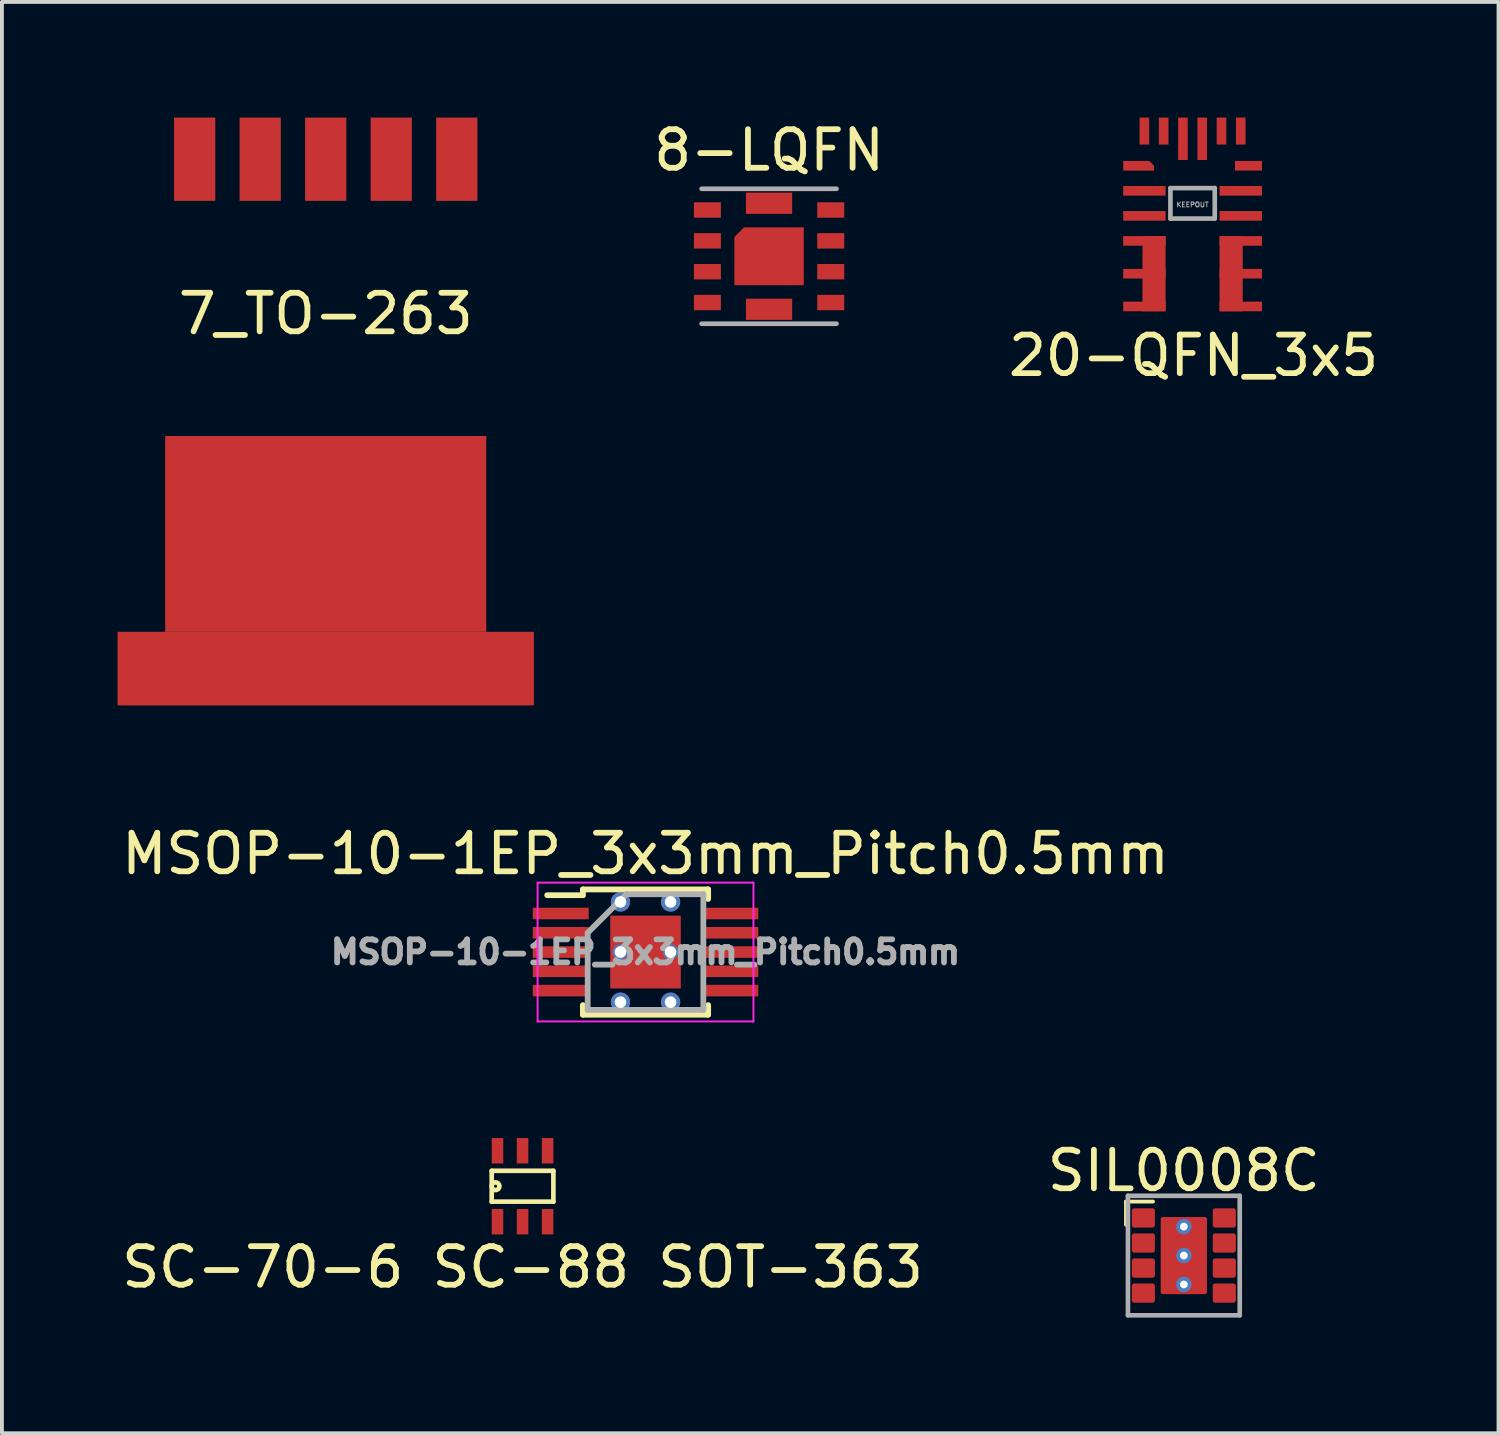
<source format=kicad_pcb>
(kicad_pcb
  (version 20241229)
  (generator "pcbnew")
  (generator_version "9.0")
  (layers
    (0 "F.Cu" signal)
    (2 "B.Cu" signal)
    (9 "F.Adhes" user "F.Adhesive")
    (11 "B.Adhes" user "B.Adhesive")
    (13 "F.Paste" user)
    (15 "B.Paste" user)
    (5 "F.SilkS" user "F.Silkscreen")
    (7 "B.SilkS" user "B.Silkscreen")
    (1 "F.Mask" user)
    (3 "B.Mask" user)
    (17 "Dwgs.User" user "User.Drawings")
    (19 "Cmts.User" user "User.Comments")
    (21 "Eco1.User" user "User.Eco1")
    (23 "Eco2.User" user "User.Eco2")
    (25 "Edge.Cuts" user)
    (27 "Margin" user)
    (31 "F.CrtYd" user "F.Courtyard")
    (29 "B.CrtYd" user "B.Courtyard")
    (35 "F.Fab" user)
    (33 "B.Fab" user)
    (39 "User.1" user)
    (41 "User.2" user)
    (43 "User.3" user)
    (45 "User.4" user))
  (footprint "8-LQFN"
    (layer "F.Cu")
    (at 16.901 3.598)
    (property "Reference" "8-LQFN" (at 0 -2.75 0) (layer "F.SilkS") (effects (font (size 1 1) (thickness 0.15))))
    (attr smd)
    (fp_poly (pts (xy -0.15 -1.1) (xy -0.6 -1.1) (xy -0.6 -1.65) (xy -0.15 -1.65)) (stroke (width 0) (type solid)) (fill yes) (layer "F.Paste"))
    (fp_poly (pts (xy -0.15 0.75) (xy -0.9 0.75) (xy -0.9 0.15) (xy -0.15 0.15)) (stroke (width 0) (type solid)) (fill yes) (layer "F.Paste"))
    (fp_poly (pts (xy -0.15 1.65) (xy -0.6 1.65) (xy -0.6 1.1) (xy -0.15 1.1)) (stroke (width 0) (type solid)) (fill yes) (layer "F.Paste"))
    (fp_poly (pts (xy 0.6 -1.1) (xy 0.15 -1.1) (xy 0.15 -1.65) (xy 0.6 -1.65)) (stroke (width 0) (type solid)) (fill yes) (layer "F.Paste"))
    (fp_poly (pts (xy 0.6 1.65) (xy 0.15 1.65) (xy 0.15 1.1) (xy 0.6 1.1)) (stroke (width 0) (type solid)) (fill yes) (layer "F.Paste"))
    (fp_poly (pts (xy 0.9 -0.15) (xy 0.15 -0.15) (xy 0.15 -0.75) (xy 0.9 -0.75)) (stroke (width 0) (type solid)) (fill yes) (layer "F.Paste"))
    (fp_poly (pts (xy 0.9 0.75) (xy 0.15 0.75) (xy 0.15 0.15) (xy 0.9 0.15)) (stroke (width 0) (type solid)) (fill yes) (layer "F.Paste"))
    (fp_poly (pts (xy -0.15 -0.15) (xy -0.9 -0.15) (xy -0.9 -0.5) (xy -0.65 -0.75) (xy -0.15 -0.75)) (stroke (width 0) (type solid)) (fill yes) (layer "F.Paste"))
    (fp_line (start -1.75 1.75) (end 1.75 1.75) (stroke (width 0.12) (type solid)) (layer "F.Fab"))
    (fp_line (start 1.75 -1.75) (end -1.75 -1.75) (stroke (width 0.12) (type solid)) (layer "F.Fab"))
    (pad "1" smd rect (at -1.6 -1.2) (size 0.7 0.4) (layers "F.Cu" "F.Mask" "F.Paste"))
    (pad "2" smd rect (at -1.6 -0.4) (size 0.7 0.4) (layers "F.Cu" "F.Mask" "F.Paste"))
    (pad "3" smd rect (at -1.6 0.4) (size 0.7 0.4) (layers "F.Cu" "F.Mask" "F.Paste"))
    (pad "4" smd rect (at -1.6 1.2) (size 0.7 0.4) (layers "F.Cu" "F.Mask" "F.Paste"))
    (pad "5" smd rect (at 1.6 1.2) (size 0.7 0.4) (layers "F.Cu" "F.Mask" "F.Paste"))
    (pad "6" smd rect (at 1.6 0.4) (size 0.7 0.4) (layers "F.Cu" "F.Mask" "F.Paste"))
    (pad "7" smd rect (at 1.6 -0.4) (size 0.7 0.4) (layers "F.Cu" "F.Mask" "F.Paste"))
    (pad "8" smd rect (at 1.6 -1.2) (size 0.7 0.4) (layers "F.Cu" "F.Mask" "F.Paste"))
    (pad "9" smd rect (at 0 1.375) (size 1.2 0.55) (layers "F.Cu" "F.Mask"))
    (pad "10" smd custom (at 0 0) (size 1 1) (layers "F.Cu" "F.Mask") (options (anchor rect)) (primitives (gr_poly (pts (xy 0.9 -0.75) (xy 0.9 0.75) (xy -0.9 0.75) (xy -0.9 -0.5) (xy -0.65 -0.75)) (width 0) (fill yes))))
    (pad "11" smd rect (at 0 -1.375) (size 1.2 0.55) (layers "F.Cu" "F.Mask")))
  (footprint "7_TO-263"
    (layer "F.Cu")
    (at 5.9 8.625)
    (property "Reference" "7_TO-263" (at -0.5 -3.535 180) (layer "F.SilkS") (effects (font (size 1 1) (thickness 0.15))))
    (attr smd)
    (pad "1" smd rect (at 2.9 -7.545 90) (size 2.16 1.07) (layers "F.Cu" "F.Mask" "F.Paste"))
    (pad "2" smd rect (at 1.2 -7.545 90) (size 2.16 1.07) (layers "F.Cu" "F.Mask" "F.Paste"))
    (pad "3" smd rect (at -0.5 -7.545 90) (size 2.16 1.07) (layers "F.Cu" "F.Mask" "F.Paste"))
    (pad "3" smd rect (at -0.5 2.175 90) (size 5.08 8.33) (layers "F.Cu" "F.Mask" "F.Paste"))
    (pad "3" smd rect (at -0.5 5.67 90) (size 1.91 10.8) (layers "F.Cu" "F.Mask" "F.Paste"))
    (pad "4" smd rect (at -2.2 -7.545 90) (size 2.16 1.07) (layers "F.Cu" "F.Mask" "F.Paste"))
    (pad "5" smd rect (at -3.9 -7.545 90) (size 2.16 1.07) (layers "F.Cu" "F.Mask" "F.Paste")))
  (footprint "SIL0008C"
    (layer "F.Cu")
    (at 27.661 29.521)
    (property "Reference" "SIL0008C" (at 0 -2.2 0) (layer "F.SilkS") (effects (font (size 1 1) (thickness 0.15))))
    (attr smd)
    (fp_line (start -1.5 -1.4) (end -1.5 -0.8) (stroke (width 0.1) (type solid)) (layer "F.SilkS"))
    (fp_line (start -0.8 -1.4) (end -1.5 -1.4) (stroke (width 0.1) (type solid)) (layer "F.SilkS"))
    (fp_line (start -1.45 -1.55) (end -1.45 1.55) (stroke (width 0.12) (type solid)) (layer "F.Fab"))
    (fp_line (start -1.45 1.55) (end 1.45 1.55) (stroke (width 0.12) (type solid)) (layer "F.Fab"))
    (fp_line (start 1.45 -1.55) (end -1.45 -1.55) (stroke (width 0.12) (type solid)) (layer "F.Fab"))
    (fp_line (start 1.45 1.55) (end 1.45 -1.55) (stroke (width 0.12) (type solid)) (layer "F.Fab"))
    (pad "1" smd roundrect (at -1.05 -0.975) (size 0.6 0.5) (layers "F.Cu" "F.Mask" "F.Paste") (roundrect_rratio 0.125))
    (pad "2" smd roundrect (at -1.05 -0.325) (size 0.6 0.5) (layers "F.Cu" "F.Mask" "F.Paste") (roundrect_rratio 0.125))
    (pad "3" smd roundrect (at -1.05 0.325) (size 0.6 0.5) (layers "F.Cu" "F.Mask" "F.Paste") (roundrect_rratio 0.125))
    (pad "4" smd roundrect (at -1.05 0.975) (size 0.6 0.5) (layers "F.Cu" "F.Mask" "F.Paste") (roundrect_rratio 0.125))
    (pad "5" smd roundrect (at 1.05 0.975) (size 0.6 0.5) (layers "F.Cu" "F.Mask" "F.Paste") (roundrect_rratio 0.125))
    (pad "6" smd roundrect (at 1.05 0.325) (size 0.6 0.5) (layers "F.Cu" "F.Mask" "F.Paste") (roundrect_rratio 0.125))
    (pad "7" smd roundrect (at 1.05 -0.325) (size 0.6 0.5) (layers "F.Cu" "F.Mask" "F.Paste") (roundrect_rratio 0.125))
    (pad "8" smd roundrect (at 1.05 -0.975) (size 0.6 0.5) (layers "F.Cu" "F.Mask" "F.Paste") (roundrect_rratio 0.125))
    (pad "9" thru_hole circle (at 0 -0.75) (size 0.4 0.4) (drill 0.2) (layers "*.Cu" "B.Mask"))
    (pad "9" smd roundrect (at 0 -0.525) (size 1.14 0.95) (layers "F.Cu" "F.Paste") (roundrect_rratio 0.045))
    (pad "9" thru_hole circle (at 0 0) (size 0.4 0.4) (drill 0.2) (layers "*.Cu" "B.Mask"))
    (pad "9" smd roundrect (at 0 0) (size 1.2 2) (layers "F.Cu" "F.Mask") (roundrect_rratio 0.045))
    (pad "9" smd roundrect (at 0 0.525) (size 1.14 0.95) (layers "F.Cu" "F.Paste") (roundrect_rratio 0.045))
    (pad "9" thru_hole circle (at 0 0.75) (size 0.4 0.4) (drill 0.2) (layers "*.Cu" "B.Mask")))
  (footprint "20-QFN_3x5"
    (layer "F.Cu")
    (at 27.888 2.8)
    (property "Reference" "20-QFN_3x5" (at 0.025 3.375 0) (layer "F.SilkS") (effects (font (size 1 1) (thickness 0.15))))
    (attr smd)
    (fp_line (start -0.575 -0.97) (end -0.575 -0.18) (stroke (width 0.12) (type solid)) (layer "F.Fab"))
    (fp_line (start -0.575 -0.18) (end 0.575 -0.18) (stroke (width 0.12) (type solid)) (layer "F.Fab"))
    (fp_line (start 0.575 -0.97) (end -0.575 -0.97) (stroke (width 0.12) (type solid)) (layer "F.Fab"))
    (fp_line (start 0.575 -0.18) (end 0.575 -0.97) (stroke (width 0.12) (type solid)) (layer "F.Fab"))
    (fp_text user "KEEPOUT" (at 0 -0.54 0) (layer "F.Fab") (effects (font (size 0.125 0.125) (thickness 0.025))))
    (pad "1" smd custom (at -1.4 -1.55) (size 0.1 0.1) (layers "F.Cu" "F.Mask" "F.Paste") (options (anchor rect)) (primitives (gr_poly (pts (xy -0.4 0.125) (xy -0.4 -0.125) (xy 0.275 -0.125) (xy 0.4 0) (xy 0.4 0.125)) (width 0) (fill yes))))
    (pad "2" smd rect (at -1.25 -0.9) (size 1.1 0.25) (layers "F.Cu" "F.Mask" "F.Paste"))
    (pad "3" smd rect (at -1.25 -0.25) (size 1.1 0.25) (layers "F.Cu" "F.Mask" "F.Paste"))
    (pad "4" smd rect (at -1.25 0.4) (size 1.1 0.25) (layers "F.Cu" "F.Mask" "F.Paste"))
    (pad "5" smd rect (at -1.25 1.25) (size 1.1 0.25) (layers "F.Cu" "F.Mask" "F.Paste"))
    (pad "5" smd rect (at -1 1.25) (size 0.6 1.95) (layers "F.Cu" "F.Mask" "F.Paste"))
    (pad "6" smd rect (at -1.25 2.1) (size 1.1 0.25) (layers "F.Cu" "F.Mask" "F.Paste"))
    (pad "7" smd rect (at 1.25 2.1 180) (size 1.1 0.25) (layers "F.Cu" "F.Mask" "F.Paste"))
    (pad "8" smd rect (at 1 1.25) (size 0.6 1.95) (layers "F.Cu" "F.Mask" "F.Paste"))
    (pad "8" smd rect (at 1.25 1.25 180) (size 1.1 0.25) (layers "F.Cu" "F.Mask" "F.Paste"))
    (pad "9" smd rect (at 1.25 0.4 180) (size 1.1 0.25) (layers "F.Cu" "F.Mask" "F.Paste"))
    (pad "10" smd rect (at 1.25 -0.25 180) (size 1.1 0.25) (layers "F.Cu" "F.Mask" "F.Paste"))
    (pad "11" smd rect (at 1.25 -0.9 180) (size 1.1 0.25) (layers "F.Cu" "F.Mask" "F.Paste"))
    (pad "12" smd rect (at 1.45 -1.55 180) (size 0.7 0.25) (layers "F.Cu" "F.Mask" "F.Paste"))
    (pad "13" smd rect (at 1.25 -2.45 270) (size 0.7 0.25) (layers "F.Cu" "F.Mask" "F.Paste"))
    (pad "14" smd rect (at 0.75 -2.45 270) (size 0.7 0.25) (layers "F.Cu" "F.Mask" "F.Paste"))
    (pad "15" smd rect (at 0.25 -2.25 270) (size 1.1 0.25) (layers "F.Cu" "F.Mask" "F.Paste"))
    (pad "16" smd rect (at -0.25 -2.25 270) (size 1.1 0.25) (layers "F.Cu" "F.Mask" "F.Paste"))
    (pad "17" smd rect (at -0.75 -2.45 270) (size 0.7 0.25) (layers "F.Cu" "F.Mask" "F.Paste"))
    (pad "18" smd rect (at -1.25 -2.45 270) (size 0.7 0.25) (layers "F.Cu" "F.Mask" "F.Paste")))
  (footprint "SC-70-6 SC-88 SOT-363"
    (layer "F.Cu")
    (at 10.506 27.723)
    (property "Reference" "SC-70-6 SC-88 SOT-363" (at 0 2.1 0) (layer "F.SilkS") (effects (font (size 1 1) (thickness 0.15))))
    (attr through_hole)
    (fp_line (start -0.8 -0.4) (end 0.8 -0.4) (stroke (width 0.12) (type solid)) (layer "F.SilkS"))
    (fp_line (start -0.8 0.4) (end -0.8 -0.4) (stroke (width 0.12) (type solid)) (layer "F.SilkS"))
    (fp_line (start 0.8 -0.4) (end 0.8 0.4) (stroke (width 0.12) (type solid)) (layer "F.SilkS"))
    (fp_line (start 0.8 0.4) (end -0.8 0.4) (stroke (width 0.12) (type solid)) (layer "F.SilkS"))
    (fp_circle (center -0.7 0) (end -0.7 -0.1) (stroke (width 0.12) (type solid)) (fill no) (layer "F.SilkS"))
    (pad "1" smd rect (at -0.65 0.92) (size 0.3 0.66) (layers "F.Cu" "F.Mask" "F.Paste"))
    (pad "2" smd rect (at 0 0.92) (size 0.3 0.66) (layers "F.Cu" "F.Mask" "F.Paste"))
    (pad "3" smd rect (at 0.65 0.92) (size 0.3 0.66) (layers "F.Cu" "F.Mask" "F.Paste"))
    (pad "4" smd rect (at 0.65 -0.92) (size 0.3 0.66) (layers "F.Cu" "F.Mask" "F.Paste"))
    (pad "5" smd rect (at 0 -0.92) (size 0.3 0.66) (layers "F.Cu" "F.Mask" "F.Paste"))
    (pad "6" smd rect (at -0.65 -0.92) (size 0.3 0.66) (layers "F.Cu" "F.Mask" "F.Paste")))
  (footprint "MSOP-10-1EP_3x3mm_Pitch0.5mm"
    (layer "F.Cu")
    (at 13.696 21.648)
    (property "Reference" "MSOP-10-1EP_3x3mm_Pitch0.5mm" (at 0 -2.55 0) (layer "F.SilkS") (effects (font (size 1 1) (thickness 0.15))))
    (attr smd)
    (fp_line (start -1.625 -1.625) (end -1.625 -1.475) (stroke (width 0.15) (type solid)) (layer "F.SilkS"))
    (fp_line (start -1.625 -1.625) (end 1.625 -1.625) (stroke (width 0.15) (type solid)) (layer "F.SilkS"))
    (fp_line (start -1.625 -1.475) (end -2.55 -1.475) (stroke (width 0.15) (type solid)) (layer "F.SilkS"))
    (fp_line (start -1.625 1.625) (end -1.625 1.377) (stroke (width 0.15) (type solid)) (layer "F.SilkS"))
    (fp_line (start -1.625 1.625) (end 1.625 1.625) (stroke (width 0.15) (type solid)) (layer "F.SilkS"))
    (fp_line (start 1.625 -1.625) (end 1.625 -1.377) (stroke (width 0.15) (type solid)) (layer "F.SilkS"))
    (fp_line (start 1.625 1.625) (end 1.625 1.377) (stroke (width 0.15) (type solid)) (layer "F.SilkS"))
    (fp_line (start -2.8 -1.8) (end -2.8 1.8) (stroke (width 0.05) (type solid)) (layer "F.CrtYd"))
    (fp_line (start -2.8 -1.8) (end 2.8 -1.8) (stroke (width 0.05) (type solid)) (layer "F.CrtYd"))
    (fp_line (start -2.8 1.8) (end 2.8 1.8) (stroke (width 0.05) (type solid)) (layer "F.CrtYd"))
    (fp_line (start 2.8 -1.8) (end 2.8 1.8) (stroke (width 0.05) (type solid)) (layer "F.CrtYd"))
    (fp_line (start -1.5 -0.5) (end -0.5 -1.5) (stroke (width 0.15) (type solid)) (layer "F.Fab"))
    (fp_line (start -1.5 1.5) (end -1.5 -0.5) (stroke (width 0.15) (type solid)) (layer "F.Fab"))
    (fp_line (start -0.5 -1.5) (end 1.5 -1.5) (stroke (width 0.15) (type solid)) (layer "F.Fab"))
    (fp_line (start 1.5 -1.5) (end 1.5 1.5) (stroke (width 0.15) (type solid)) (layer "F.Fab"))
    (fp_line (start 1.5 1.5) (end -1.5 1.5) (stroke (width 0.15) (type solid)) (layer "F.Fab"))
    (fp_text user "${REFERENCE}" (at 0 0 0) (layer "F.Fab") (effects (font (size 0.6 0.6) (thickness 0.15))))
    (pad "1" smd rect (at -2.2 -1) (size 1.45 0.3) (layers "F.Cu" "F.Mask" "F.Paste"))
    (pad "2" smd rect (at -2.2 -0.5) (size 1.45 0.3) (layers "F.Cu" "F.Mask" "F.Paste"))
    (pad "3" smd rect (at -2.2 0) (size 1.45 0.3) (layers "F.Cu" "F.Mask" "F.Paste"))
    (pad "4" smd rect (at -2.2 0.5) (size 1.45 0.3) (layers "F.Cu" "F.Mask" "F.Paste"))
    (pad "5" smd rect (at -2.2 1) (size 1.45 0.3) (layers "F.Cu" "F.Mask" "F.Paste"))
    (pad "6" smd rect (at 2.2 1) (size 1.45 0.3) (layers "F.Cu" "F.Mask" "F.Paste"))
    (pad "7" smd rect (at 2.2 0.5) (size 1.45 0.3) (layers "F.Cu" "F.Mask" "F.Paste"))
    (pad "8" smd rect (at 2.2 0) (size 1.45 0.3) (layers "F.Cu" "F.Mask" "F.Paste"))
    (pad "9" smd rect (at 2.2 -0.5) (size 1.45 0.3) (layers "F.Cu" "F.Mask" "F.Paste"))
    (pad "10" smd rect (at 2.2 -1) (size 1.45 0.3) (layers "F.Cu" "F.Mask" "F.Paste"))
    (pad "11" thru_hole circle (at -0.65 -1.3) (size 0.5 0.5) (drill 0.3) (layers "*.Cu" "*.Mask"))
    (pad "11" thru_hole circle (at -0.65 0) (size 0.4 0.4) (drill 0.3) (layers "*.Cu" "*.Mask"))
    (pad "11" thru_hole circle (at -0.65 1.3) (size 0.5 0.5) (drill 0.3) (layers "*.Cu" "*.Mask"))
    (pad "11" smd rect (at 0 0) (size 1.83 1.89) (layers "F.Cu" "F.Mask" "F.Paste"))
    (pad "11" thru_hole circle (at 0.65 -1.3) (size 0.5 0.5) (drill 0.3) (layers "*.Cu" "*.Mask"))
    (pad "11" thru_hole circle (at 0.65 0) (size 0.4 0.4) (drill 0.3) (layers "*.Cu" "*.Mask"))
    (pad "11" thru_hole circle (at 0.65 1.3) (size 0.5 0.5) (drill 0.3) (layers "*.Cu" "*.Mask")))
  (gr_rect
    (start -3 -3)
    (end 35.824 34.132)
    (stroke (width 0.1) (type default))
    (fill no)
    (layer "Edge.Cuts")))
</source>
